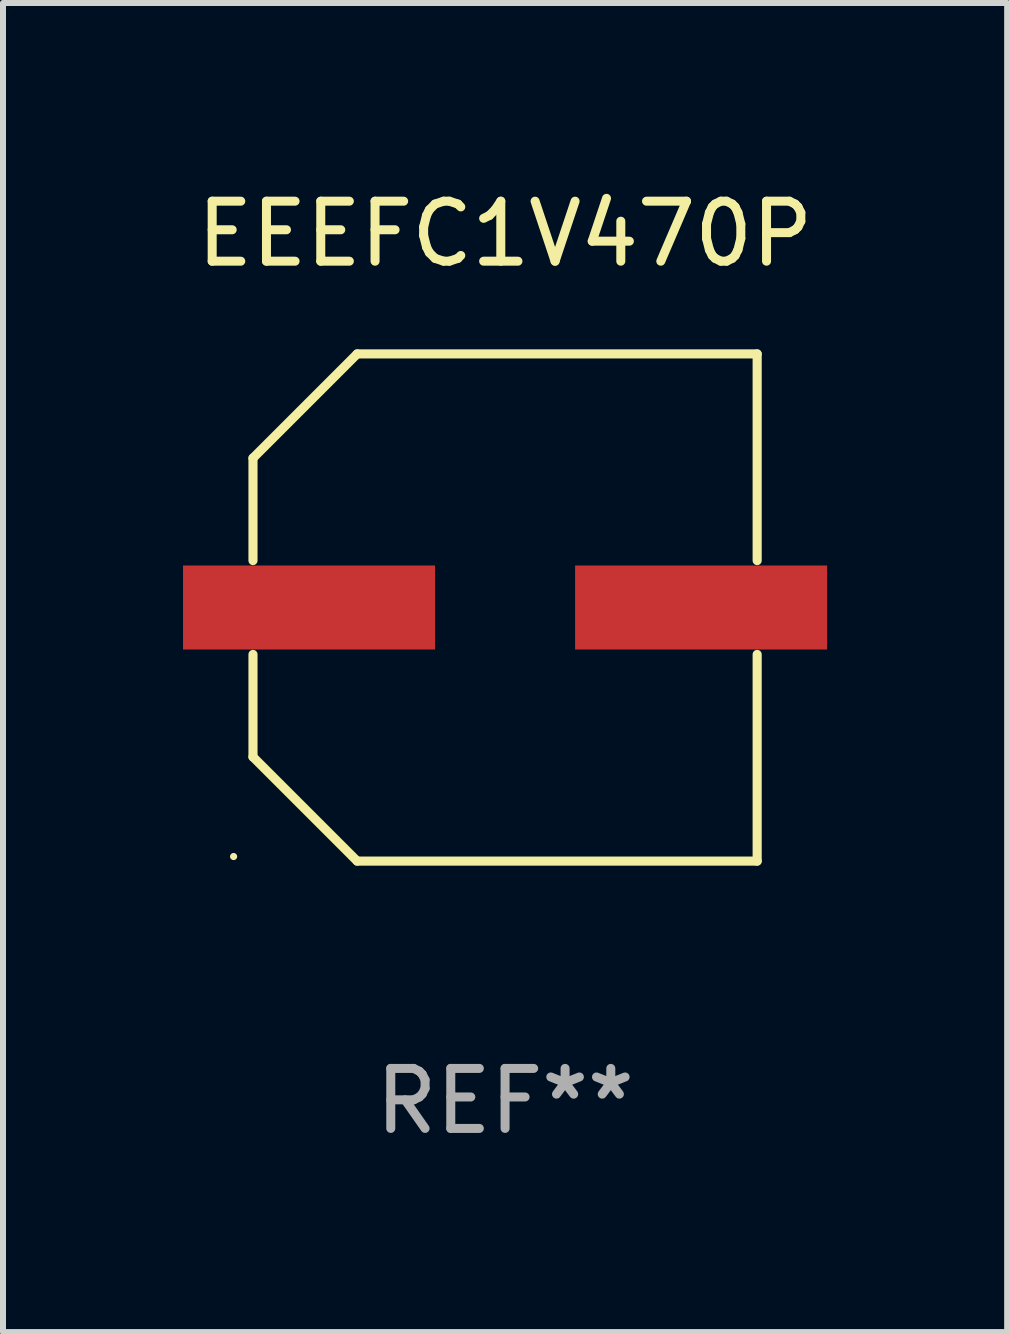
<source format=kicad_pcb>
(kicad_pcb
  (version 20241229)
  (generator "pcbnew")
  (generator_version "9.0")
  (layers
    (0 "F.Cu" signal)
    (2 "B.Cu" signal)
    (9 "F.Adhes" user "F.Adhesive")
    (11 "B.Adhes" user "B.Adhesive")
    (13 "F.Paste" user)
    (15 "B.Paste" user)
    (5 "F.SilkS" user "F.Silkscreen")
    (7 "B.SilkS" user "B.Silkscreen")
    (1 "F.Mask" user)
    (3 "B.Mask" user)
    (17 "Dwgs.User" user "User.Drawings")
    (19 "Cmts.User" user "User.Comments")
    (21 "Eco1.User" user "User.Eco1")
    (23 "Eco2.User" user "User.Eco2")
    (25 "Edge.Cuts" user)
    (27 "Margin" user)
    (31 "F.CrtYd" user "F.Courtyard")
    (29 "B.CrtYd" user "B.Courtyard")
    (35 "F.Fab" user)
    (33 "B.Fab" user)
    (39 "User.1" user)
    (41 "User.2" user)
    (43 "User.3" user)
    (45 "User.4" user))
  (footprint "EEEFC1V470P"
    (layer "F.Cu")
    (at 5.367 7.074)
    (property "Reference" "EEEFC1V470P" (at 0 -6.226 0) (layer "F.SilkS") (effects (font (size 1 1) (thickness 0.15))))
    (attr through_hole)
    (fp_line (start -4.201 -2.49) (end -4.201 -0.782) (stroke (width 0.152) (type solid)) (layer "F.SilkS"))
    (fp_line (start -4.201 2.49) (end -4.201 0.782) (stroke (width 0.152) (type solid)) (layer "F.SilkS"))
    (fp_line (start -2.465 -4.226) (end -4.201 -2.49) (stroke (width 0.152) (type solid)) (layer "F.SilkS"))
    (fp_line (start -2.465 4.226) (end -4.201 2.49) (stroke (width 0.152) (type solid)) (layer "F.SilkS"))
    (fp_line (start 4.201 -4.226) (end -2.465 -4.226) (stroke (width 0.152) (type solid)) (layer "F.SilkS"))
    (fp_line (start 4.201 -0.782) (end 4.201 -4.226) (stroke (width 0.152) (type solid)) (layer "F.SilkS"))
    (fp_line (start 4.201 0.782) (end 4.201 4.226) (stroke (width 0.152) (type solid)) (layer "F.SilkS"))
    (fp_line (start 4.201 4.226) (end -2.465 4.226) (stroke (width 0.152) (type solid)) (layer "F.SilkS"))
    (fp_circle (center -4.524 4.15) (end -4.494 4.15) (stroke (width 0.06) (type solid)) (fill no) (layer "F.SilkS"))
    (fp_text user "REF**" (at 0 8.226 0) (layer "F.Fab") (effects (font (size 1 1) (thickness 0.15))))
    (pad "1" smd rect (at -3.267 0) (size 4.2 1.4) (layers "F.Cu" "F.Mask" "F.Paste"))
    (pad "2" smd rect (at 3.267 0) (size 4.2 1.4) (layers "F.Cu" "F.Mask" "F.Paste")))
  (gr_rect
    (start -3 -3)
    (end 13.734 19.149)
    (stroke (width 0.1) (type default))
    (fill no)
    (layer "Edge.Cuts")))
</source>
